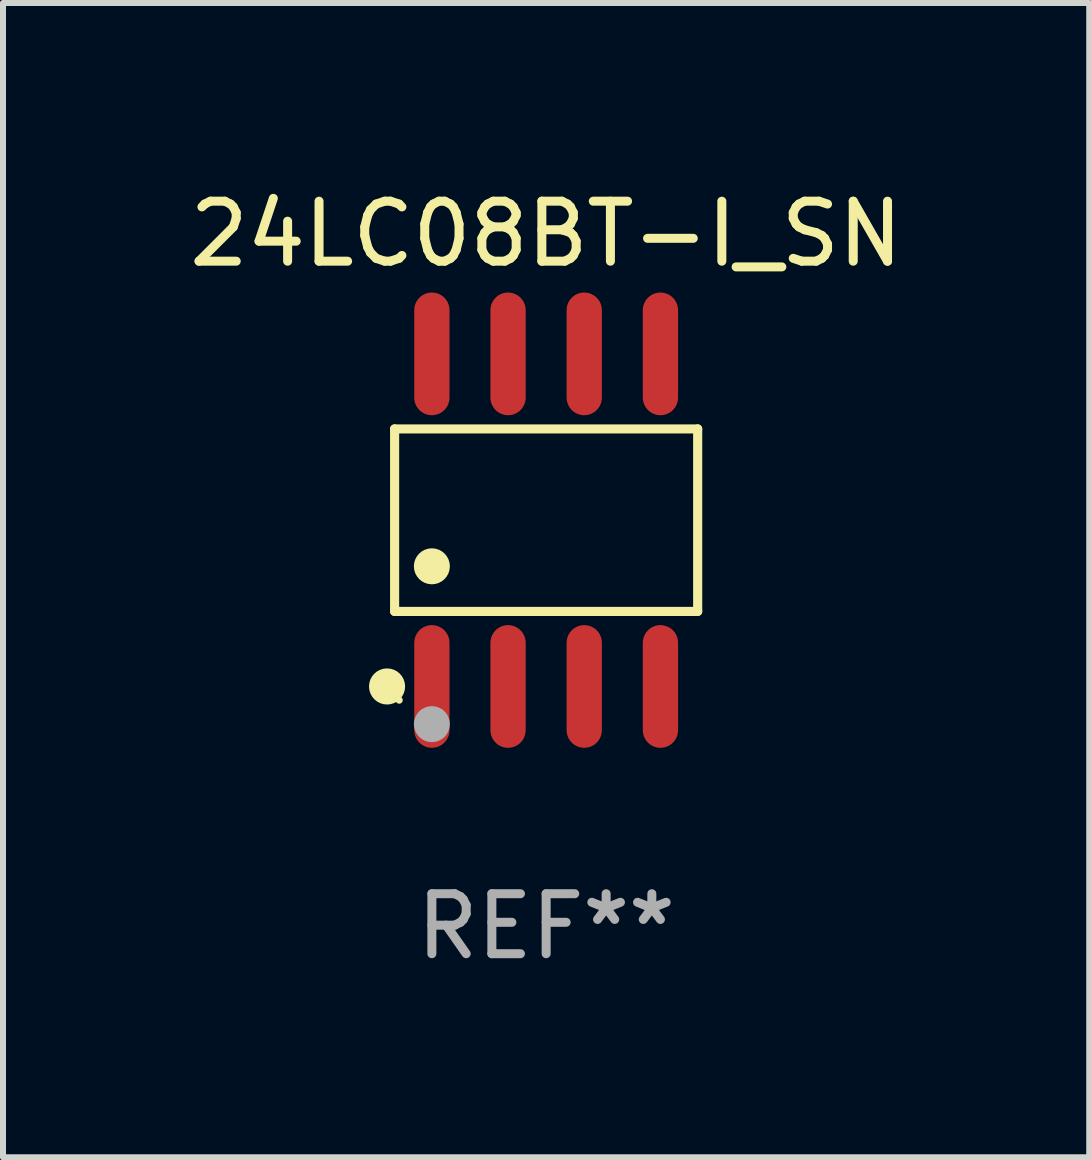
<source format=kicad_pcb>
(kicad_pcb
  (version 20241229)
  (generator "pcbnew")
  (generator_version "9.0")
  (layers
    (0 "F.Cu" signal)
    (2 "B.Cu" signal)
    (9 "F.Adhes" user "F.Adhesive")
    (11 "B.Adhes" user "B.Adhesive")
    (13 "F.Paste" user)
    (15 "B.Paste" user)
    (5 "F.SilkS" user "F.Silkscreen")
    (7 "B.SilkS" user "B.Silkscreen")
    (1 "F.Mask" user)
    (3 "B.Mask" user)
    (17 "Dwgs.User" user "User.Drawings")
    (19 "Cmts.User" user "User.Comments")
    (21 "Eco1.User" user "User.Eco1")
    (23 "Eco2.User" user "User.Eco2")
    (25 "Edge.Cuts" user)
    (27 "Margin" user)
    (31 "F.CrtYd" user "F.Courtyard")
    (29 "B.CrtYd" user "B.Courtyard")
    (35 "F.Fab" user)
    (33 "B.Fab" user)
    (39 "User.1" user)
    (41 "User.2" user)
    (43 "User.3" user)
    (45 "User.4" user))
  (footprint "24LC08BT-I_SN"
    (layer "F.Cu")
    (at 6.054 5.621)
    (property "Reference" "24LC08BT-I_SN" (at 0 -4.772 0) (layer "F.SilkS") (effects (font (size 1 1) (thickness 0.15))))
    (attr through_hole)
    (fp_line (start -2.526 -1.521) (end 2.526 -1.521) (stroke (width 0.152) (type solid)) (layer "F.SilkS"))
    (fp_line (start -2.526 1.521) (end -2.526 -1.521) (stroke (width 0.152) (type solid)) (layer "F.SilkS"))
    (fp_line (start 2.526 -1.521) (end 2.526 1.521) (stroke (width 0.152) (type solid)) (layer "F.SilkS"))
    (fp_line (start 2.526 1.521) (end -2.526 1.521) (stroke (width 0.152) (type solid)) (layer "F.SilkS"))
    (fp_circle (center -2.652 2.772) (end -2.501 2.772) (stroke (width 0.3) (type solid)) (fill no) (layer "F.SilkS"))
    (fp_circle (center -2.45 3) (end -2.42 3) (stroke (width 0.06) (type solid)) (fill no) (layer "F.SilkS"))
    (fp_circle (center -1.905 0.769) (end -1.755 0.769) (stroke (width 0.3) (type solid)) (fill no) (layer "F.SilkS"))
    (fp_circle (center -1.905 3.4) (end -1.755 3.4) (stroke (width 0.3) (type solid)) (fill no) (layer "F.Fab"))
    (fp_text user "REF**" (at 0 6.772 0) (layer "F.Fab") (effects (font (size 1 1) (thickness 0.15))))
    (pad "1" smd oval (at -1.905 2.772) (size 0.588 2.045) (layers "F.Cu" "F.Mask" "F.Paste"))
    (pad "2" smd oval (at -0.635 2.772) (size 0.588 2.045) (layers "F.Cu" "F.Mask" "F.Paste"))
    (pad "3" smd oval (at 0.635 2.772) (size 0.588 2.045) (layers "F.Cu" "F.Mask" "F.Paste"))
    (pad "4" smd oval (at 1.905 2.772) (size 0.588 2.045) (layers "F.Cu" "F.Mask" "F.Paste"))
    (pad "5" smd oval (at 1.905 -2.772) (size 0.588 2.045) (layers "F.Cu" "F.Mask" "F.Paste"))
    (pad "6" smd oval (at 0.635 -2.772) (size 0.588 2.045) (layers "F.Cu" "F.Mask" "F.Paste"))
    (pad "7" smd oval (at -0.635 -2.772) (size 0.588 2.045) (layers "F.Cu" "F.Mask" "F.Paste"))
    (pad "8" smd oval (at -1.905 -2.772) (size 0.588 2.045) (layers "F.Cu" "F.Mask" "F.Paste")))
  (gr_rect
    (start -3 -3)
    (end 15.107 16.241)
    (stroke (width 0.1) (type default))
    (fill no)
    (layer "Edge.Cuts")))
</source>
